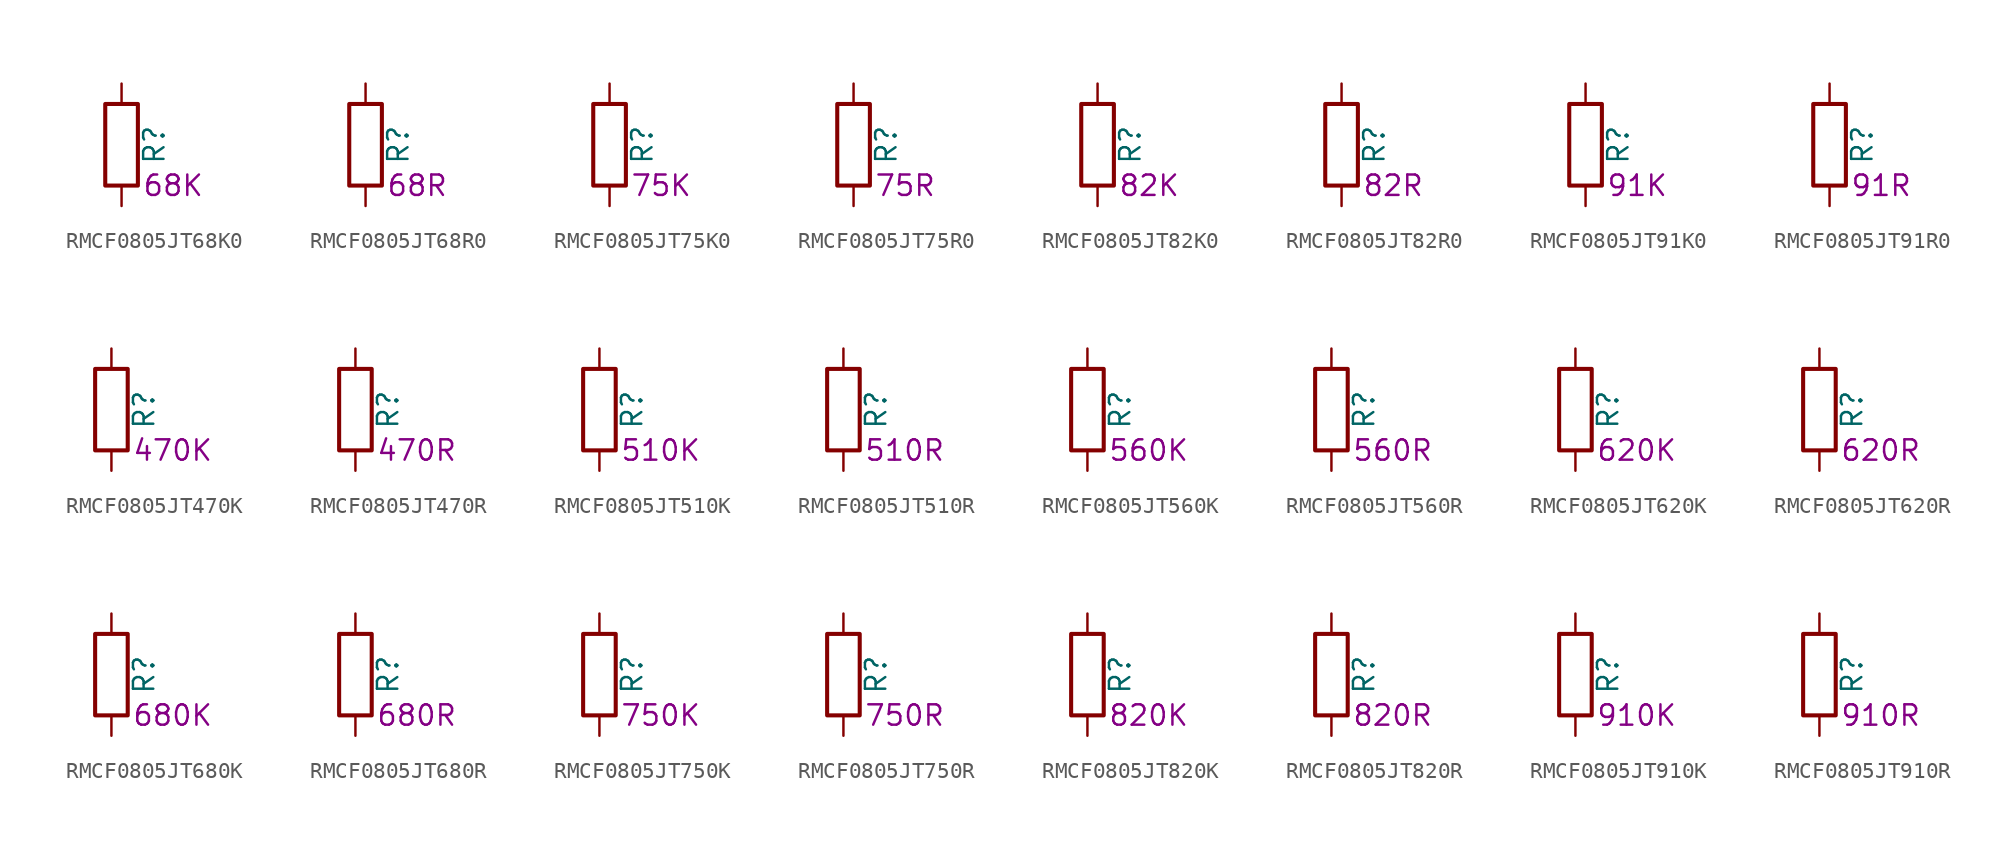
<source format=kicad_sym>
(kicad_symbol_lib
  (version 20220914)
  (generator kicad_symbol_editor)
  (symbol "RMCF0805JT68K0"
    (pin_numbers hide)
    (pin_names
      (offset 0))
    (property "Reference" "R"
      (at 2.032 0 90)
      (effects (font (size 1.27 1.27))))
    (property "Resistance" "68K"
      (at 1.27 -2.54 0)
      (effects (font (size 1.27 1.27)) (justify left)))
    (symbol "RMCF0805JT68K0_0_1"
      (rectangle (start -1.016 -2.54) (end 1.016 2.54) (stroke (width 0.254) (type default)) (fill (type none))))
    (symbol "RMCF0805JT68K0_1_1"
      (pin passive line (at 0 3.81 270) (length 1.27) (name "~" (effects (font (size 1.27 1.27)))) (number "1" (effects (font (size 1.27 1.27)))))
      (pin passive line (at 0 -3.81 90) (length 1.27) (name "~" (effects (font (size 1.27 1.27)))) (number "2" (effects (font (size 1.27 1.27)))))))
  (symbol "RMCF0805JT68R0"
    (pin_numbers hide)
    (pin_names
      (offset 0))
    (property "Reference" "R"
      (at 2.032 0 90)
      (effects (font (size 1.27 1.27))))
    (property "Resistance" "68R"
      (at 1.27 -2.54 0)
      (effects (font (size 1.27 1.27)) (justify left)))
    (symbol "RMCF0805JT68R0_0_1"
      (rectangle (start -1.016 -2.54) (end 1.016 2.54) (stroke (width 0.254) (type default)) (fill (type none))))
    (symbol "RMCF0805JT68R0_1_1"
      (pin passive line (at 0 3.81 270) (length 1.27) (name "~" (effects (font (size 1.27 1.27)))) (number "1" (effects (font (size 1.27 1.27)))))
      (pin passive line (at 0 -3.81 90) (length 1.27) (name "~" (effects (font (size 1.27 1.27)))) (number "2" (effects (font (size 1.27 1.27)))))))
  (symbol "RMCF0805JT75K0"
    (pin_numbers hide)
    (pin_names
      (offset 0))
    (property "Reference" "R"
      (at 2.032 0 90)
      (effects (font (size 1.27 1.27))))
    (property "Resistance" "75K"
      (at 1.27 -2.54 0)
      (effects (font (size 1.27 1.27)) (justify left)))
    (symbol "RMCF0805JT75K0_0_1"
      (rectangle (start -1.016 -2.54) (end 1.016 2.54) (stroke (width 0.254) (type default)) (fill (type none))))
    (symbol "RMCF0805JT75K0_1_1"
      (pin passive line (at 0 3.81 270) (length 1.27) (name "~" (effects (font (size 1.27 1.27)))) (number "1" (effects (font (size 1.27 1.27)))))
      (pin passive line (at 0 -3.81 90) (length 1.27) (name "~" (effects (font (size 1.27 1.27)))) (number "2" (effects (font (size 1.27 1.27)))))))
  (symbol "RMCF0805JT75R0"
    (pin_numbers hide)
    (pin_names
      (offset 0))
    (property "Reference" "R"
      (at 2.032 0 90)
      (effects (font (size 1.27 1.27))))
    (property "Resistance" "75R"
      (at 1.27 -2.54 0)
      (effects (font (size 1.27 1.27)) (justify left)))
    (symbol "RMCF0805JT75R0_0_1"
      (rectangle (start -1.016 -2.54) (end 1.016 2.54) (stroke (width 0.254) (type default)) (fill (type none))))
    (symbol "RMCF0805JT75R0_1_1"
      (pin passive line (at 0 3.81 270) (length 1.27) (name "~" (effects (font (size 1.27 1.27)))) (number "1" (effects (font (size 1.27 1.27)))))
      (pin passive line (at 0 -3.81 90) (length 1.27) (name "~" (effects (font (size 1.27 1.27)))) (number "2" (effects (font (size 1.27 1.27)))))))
  (symbol "RMCF0805JT82K0"
    (pin_numbers hide)
    (pin_names
      (offset 0))
    (property "Reference" "R"
      (at 2.032 0 90)
      (effects (font (size 1.27 1.27))))
    (property "Resistance" "82K"
      (at 1.27 -2.54 0)
      (effects (font (size 1.27 1.27)) (justify left)))
    (symbol "RMCF0805JT82K0_0_1"
      (rectangle (start -1.016 -2.54) (end 1.016 2.54) (stroke (width 0.254) (type default)) (fill (type none))))
    (symbol "RMCF0805JT82K0_1_1"
      (pin passive line (at 0 3.81 270) (length 1.27) (name "~" (effects (font (size 1.27 1.27)))) (number "1" (effects (font (size 1.27 1.27)))))
      (pin passive line (at 0 -3.81 90) (length 1.27) (name "~" (effects (font (size 1.27 1.27)))) (number "2" (effects (font (size 1.27 1.27)))))))
  (symbol "RMCF0805JT82R0"
    (pin_numbers hide)
    (pin_names
      (offset 0))
    (property "Reference" "R"
      (at 2.032 0 90)
      (effects (font (size 1.27 1.27))))
    (property "Resistance" "82R"
      (at 1.27 -2.54 0)
      (effects (font (size 1.27 1.27)) (justify left)))
    (symbol "RMCF0805JT82R0_0_1"
      (rectangle (start -1.016 -2.54) (end 1.016 2.54) (stroke (width 0.254) (type default)) (fill (type none))))
    (symbol "RMCF0805JT82R0_1_1"
      (pin passive line (at 0 3.81 270) (length 1.27) (name "~" (effects (font (size 1.27 1.27)))) (number "1" (effects (font (size 1.27 1.27)))))
      (pin passive line (at 0 -3.81 90) (length 1.27) (name "~" (effects (font (size 1.27 1.27)))) (number "2" (effects (font (size 1.27 1.27)))))))
  (symbol "RMCF0805JT91K0"
    (pin_numbers hide)
    (pin_names
      (offset 0))
    (property "Reference" "R"
      (at 2.032 0 90)
      (effects (font (size 1.27 1.27))))
    (property "Resistance" "91K"
      (at 1.27 -2.54 0)
      (effects (font (size 1.27 1.27)) (justify left)))
    (symbol "RMCF0805JT91K0_0_1"
      (rectangle (start -1.016 -2.54) (end 1.016 2.54) (stroke (width 0.254) (type default)) (fill (type none))))
    (symbol "RMCF0805JT91K0_1_1"
      (pin passive line (at 0 3.81 270) (length 1.27) (name "~" (effects (font (size 1.27 1.27)))) (number "1" (effects (font (size 1.27 1.27)))))
      (pin passive line (at 0 -3.81 90) (length 1.27) (name "~" (effects (font (size 1.27 1.27)))) (number "2" (effects (font (size 1.27 1.27)))))))
  (symbol "RMCF0805JT91R0"
    (pin_numbers hide)
    (pin_names
      (offset 0))
    (property "Reference" "R"
      (at 2.032 0 90)
      (effects (font (size 1.27 1.27))))
    (property "Resistance" "91R"
      (at 1.27 -2.54 0)
      (effects (font (size 1.27 1.27)) (justify left)))
    (symbol "RMCF0805JT91R0_0_1"
      (rectangle (start -1.016 -2.54) (end 1.016 2.54) (stroke (width 0.254) (type default)) (fill (type none))))
    (symbol "RMCF0805JT91R0_1_1"
      (pin passive line (at 0 3.81 270) (length 1.27) (name "~" (effects (font (size 1.27 1.27)))) (number "1" (effects (font (size 1.27 1.27)))))
      (pin passive line (at 0 -3.81 90) (length 1.27) (name "~" (effects (font (size 1.27 1.27)))) (number "2" (effects (font (size 1.27 1.27)))))))
  (symbol "RMCF0805JT470K"
    (pin_numbers hide)
    (pin_names
      (offset 0))
    (property "Reference" "R"
      (at 2.032 0 90)
      (effects (font (size 1.27 1.27))))
    (property "Resistance" "470K"
      (at 1.27 -2.54 0)
      (effects (font (size 1.27 1.27)) (justify left)))
    (symbol "RMCF0805JT470K_0_1"
      (rectangle (start -1.016 -2.54) (end 1.016 2.54) (stroke (width 0.254) (type default)) (fill (type none))))
    (symbol "RMCF0805JT470K_1_1"
      (pin passive line (at 0 3.81 270) (length 1.27) (name "~" (effects (font (size 1.27 1.27)))) (number "1" (effects (font (size 1.27 1.27)))))
      (pin passive line (at 0 -3.81 90) (length 1.27) (name "~" (effects (font (size 1.27 1.27)))) (number "2" (effects (font (size 1.27 1.27)))))))
  (symbol "RMCF0805JT470R"
    (pin_numbers hide)
    (pin_names
      (offset 0))
    (property "Reference" "R"
      (at 2.032 0 90)
      (effects (font (size 1.27 1.27))))
    (property "Resistance" "470R"
      (at 1.27 -2.54 0)
      (effects (font (size 1.27 1.27)) (justify left)))
    (symbol "RMCF0805JT470R_0_1"
      (rectangle (start -1.016 -2.54) (end 1.016 2.54) (stroke (width 0.254) (type default)) (fill (type none))))
    (symbol "RMCF0805JT470R_1_1"
      (pin passive line (at 0 3.81 270) (length 1.27) (name "~" (effects (font (size 1.27 1.27)))) (number "1" (effects (font (size 1.27 1.27)))))
      (pin passive line (at 0 -3.81 90) (length 1.27) (name "~" (effects (font (size 1.27 1.27)))) (number "2" (effects (font (size 1.27 1.27)))))))
  (symbol "RMCF0805JT510K"
    (pin_numbers hide)
    (pin_names
      (offset 0))
    (property "Reference" "R"
      (at 2.032 0 90)
      (effects (font (size 1.27 1.27))))
    (property "Resistance" "510K"
      (at 1.27 -2.54 0)
      (effects (font (size 1.27 1.27)) (justify left)))
    (symbol "RMCF0805JT510K_0_1"
      (rectangle (start -1.016 -2.54) (end 1.016 2.54) (stroke (width 0.254) (type default)) (fill (type none))))
    (symbol "RMCF0805JT510K_1_1"
      (pin passive line (at 0 3.81 270) (length 1.27) (name "~" (effects (font (size 1.27 1.27)))) (number "1" (effects (font (size 1.27 1.27)))))
      (pin passive line (at 0 -3.81 90) (length 1.27) (name "~" (effects (font (size 1.27 1.27)))) (number "2" (effects (font (size 1.27 1.27)))))))
  (symbol "RMCF0805JT510R"
    (pin_numbers hide)
    (pin_names
      (offset 0))
    (property "Reference" "R"
      (at 2.032 0 90)
      (effects (font (size 1.27 1.27))))
    (property "Resistance" "510R"
      (at 1.27 -2.54 0)
      (effects (font (size 1.27 1.27)) (justify left)))
    (symbol "RMCF0805JT510R_0_1"
      (rectangle (start -1.016 -2.54) (end 1.016 2.54) (stroke (width 0.254) (type default)) (fill (type none))))
    (symbol "RMCF0805JT510R_1_1"
      (pin passive line (at 0 3.81 270) (length 1.27) (name "~" (effects (font (size 1.27 1.27)))) (number "1" (effects (font (size 1.27 1.27)))))
      (pin passive line (at 0 -3.81 90) (length 1.27) (name "~" (effects (font (size 1.27 1.27)))) (number "2" (effects (font (size 1.27 1.27)))))))
  (symbol "RMCF0805JT560K"
    (pin_numbers hide)
    (pin_names
      (offset 0))
    (property "Reference" "R"
      (at 2.032 0 90)
      (effects (font (size 1.27 1.27))))
    (property "Resistance" "560K"
      (at 1.27 -2.54 0)
      (effects (font (size 1.27 1.27)) (justify left)))
    (symbol "RMCF0805JT560K_0_1"
      (rectangle (start -1.016 -2.54) (end 1.016 2.54) (stroke (width 0.254) (type default)) (fill (type none))))
    (symbol "RMCF0805JT560K_1_1"
      (pin passive line (at 0 3.81 270) (length 1.27) (name "~" (effects (font (size 1.27 1.27)))) (number "1" (effects (font (size 1.27 1.27)))))
      (pin passive line (at 0 -3.81 90) (length 1.27) (name "~" (effects (font (size 1.27 1.27)))) (number "2" (effects (font (size 1.27 1.27)))))))
  (symbol "RMCF0805JT560R"
    (pin_numbers hide)
    (pin_names
      (offset 0))
    (property "Reference" "R"
      (at 2.032 0 90)
      (effects (font (size 1.27 1.27))))
    (property "Resistance" "560R"
      (at 1.27 -2.54 0)
      (effects (font (size 1.27 1.27)) (justify left)))
    (symbol "RMCF0805JT560R_0_1"
      (rectangle (start -1.016 -2.54) (end 1.016 2.54) (stroke (width 0.254) (type default)) (fill (type none))))
    (symbol "RMCF0805JT560R_1_1"
      (pin passive line (at 0 3.81 270) (length 1.27) (name "~" (effects (font (size 1.27 1.27)))) (number "1" (effects (font (size 1.27 1.27)))))
      (pin passive line (at 0 -3.81 90) (length 1.27) (name "~" (effects (font (size 1.27 1.27)))) (number "2" (effects (font (size 1.27 1.27)))))))
  (symbol "RMCF0805JT620K"
    (pin_numbers hide)
    (pin_names
      (offset 0))
    (property "Reference" "R"
      (at 2.032 0 90)
      (effects (font (size 1.27 1.27))))
    (property "Resistance" "620K"
      (at 1.27 -2.54 0)
      (effects (font (size 1.27 1.27)) (justify left)))
    (symbol "RMCF0805JT620K_0_1"
      (rectangle (start -1.016 -2.54) (end 1.016 2.54) (stroke (width 0.254) (type default)) (fill (type none))))
    (symbol "RMCF0805JT620K_1_1"
      (pin passive line (at 0 3.81 270) (length 1.27) (name "~" (effects (font (size 1.27 1.27)))) (number "1" (effects (font (size 1.27 1.27)))))
      (pin passive line (at 0 -3.81 90) (length 1.27) (name "~" (effects (font (size 1.27 1.27)))) (number "2" (effects (font (size 1.27 1.27)))))))
  (symbol "RMCF0805JT620R"
    (pin_numbers hide)
    (pin_names
      (offset 0))
    (property "Reference" "R"
      (at 2.032 0 90)
      (effects (font (size 1.27 1.27))))
    (property "Resistance" "620R"
      (at 1.27 -2.54 0)
      (effects (font (size 1.27 1.27)) (justify left)))
    (symbol "RMCF0805JT620R_0_1"
      (rectangle (start -1.016 -2.54) (end 1.016 2.54) (stroke (width 0.254) (type default)) (fill (type none))))
    (symbol "RMCF0805JT620R_1_1"
      (pin passive line (at 0 3.81 270) (length 1.27) (name "~" (effects (font (size 1.27 1.27)))) (number "1" (effects (font (size 1.27 1.27)))))
      (pin passive line (at 0 -3.81 90) (length 1.27) (name "~" (effects (font (size 1.27 1.27)))) (number "2" (effects (font (size 1.27 1.27)))))))
  (symbol "RMCF0805JT680K"
    (pin_numbers hide)
    (pin_names
      (offset 0))
    (property "Reference" "R"
      (at 2.032 0 90)
      (effects (font (size 1.27 1.27))))
    (property "Resistance" "680K"
      (at 1.27 -2.54 0)
      (effects (font (size 1.27 1.27)) (justify left)))
    (symbol "RMCF0805JT680K_0_1"
      (rectangle (start -1.016 -2.54) (end 1.016 2.54) (stroke (width 0.254) (type default)) (fill (type none))))
    (symbol "RMCF0805JT680K_1_1"
      (pin passive line (at 0 3.81 270) (length 1.27) (name "~" (effects (font (size 1.27 1.27)))) (number "1" (effects (font (size 1.27 1.27)))))
      (pin passive line (at 0 -3.81 90) (length 1.27) (name "~" (effects (font (size 1.27 1.27)))) (number "2" (effects (font (size 1.27 1.27)))))))
  (symbol "RMCF0805JT680R"
    (pin_numbers hide)
    (pin_names
      (offset 0))
    (property "Reference" "R"
      (at 2.032 0 90)
      (effects (font (size 1.27 1.27))))
    (property "Resistance" "680R"
      (at 1.27 -2.54 0)
      (effects (font (size 1.27 1.27)) (justify left)))
    (symbol "RMCF0805JT680R_0_1"
      (rectangle (start -1.016 -2.54) (end 1.016 2.54) (stroke (width 0.254) (type default)) (fill (type none))))
    (symbol "RMCF0805JT680R_1_1"
      (pin passive line (at 0 3.81 270) (length 1.27) (name "~" (effects (font (size 1.27 1.27)))) (number "1" (effects (font (size 1.27 1.27)))))
      (pin passive line (at 0 -3.81 90) (length 1.27) (name "~" (effects (font (size 1.27 1.27)))) (number "2" (effects (font (size 1.27 1.27)))))))
  (symbol "RMCF0805JT750K"
    (pin_numbers hide)
    (pin_names
      (offset 0))
    (property "Reference" "R"
      (at 2.032 0 90)
      (effects (font (size 1.27 1.27))))
    (property "Resistance" "750K"
      (at 1.27 -2.54 0)
      (effects (font (size 1.27 1.27)) (justify left)))
    (symbol "RMCF0805JT750K_0_1"
      (rectangle (start -1.016 -2.54) (end 1.016 2.54) (stroke (width 0.254) (type default)) (fill (type none))))
    (symbol "RMCF0805JT750K_1_1"
      (pin passive line (at 0 3.81 270) (length 1.27) (name "~" (effects (font (size 1.27 1.27)))) (number "1" (effects (font (size 1.27 1.27)))))
      (pin passive line (at 0 -3.81 90) (length 1.27) (name "~" (effects (font (size 1.27 1.27)))) (number "2" (effects (font (size 1.27 1.27)))))))
  (symbol "RMCF0805JT750R"
    (pin_numbers hide)
    (pin_names
      (offset 0))
    (property "Reference" "R"
      (at 2.032 0 90)
      (effects (font (size 1.27 1.27))))
    (property "Resistance" "750R"
      (at 1.27 -2.54 0)
      (effects (font (size 1.27 1.27)) (justify left)))
    (symbol "RMCF0805JT750R_0_1"
      (rectangle (start -1.016 -2.54) (end 1.016 2.54) (stroke (width 0.254) (type default)) (fill (type none))))
    (symbol "RMCF0805JT750R_1_1"
      (pin passive line (at 0 3.81 270) (length 1.27) (name "~" (effects (font (size 1.27 1.27)))) (number "1" (effects (font (size 1.27 1.27)))))
      (pin passive line (at 0 -3.81 90) (length 1.27) (name "~" (effects (font (size 1.27 1.27)))) (number "2" (effects (font (size 1.27 1.27)))))))
  (symbol "RMCF0805JT820K"
    (pin_numbers hide)
    (pin_names
      (offset 0))
    (property "Reference" "R"
      (at 2.032 0 90)
      (effects (font (size 1.27 1.27))))
    (property "Resistance" "820K"
      (at 1.27 -2.54 0)
      (effects (font (size 1.27 1.27)) (justify left)))
    (symbol "RMCF0805JT820K_0_1"
      (rectangle (start -1.016 -2.54) (end 1.016 2.54) (stroke (width 0.254) (type default)) (fill (type none))))
    (symbol "RMCF0805JT820K_1_1"
      (pin passive line (at 0 3.81 270) (length 1.27) (name "~" (effects (font (size 1.27 1.27)))) (number "1" (effects (font (size 1.27 1.27)))))
      (pin passive line (at 0 -3.81 90) (length 1.27) (name "~" (effects (font (size 1.27 1.27)))) (number "2" (effects (font (size 1.27 1.27)))))))
  (symbol "RMCF0805JT820R"
    (pin_numbers hide)
    (pin_names
      (offset 0))
    (property "Reference" "R"
      (at 2.032 0 90)
      (effects (font (size 1.27 1.27))))
    (property "Resistance" "820R"
      (at 1.27 -2.54 0)
      (effects (font (size 1.27 1.27)) (justify left)))
    (symbol "RMCF0805JT820R_0_1"
      (rectangle (start -1.016 -2.54) (end 1.016 2.54) (stroke (width 0.254) (type default)) (fill (type none))))
    (symbol "RMCF0805JT820R_1_1"
      (pin passive line (at 0 3.81 270) (length 1.27) (name "~" (effects (font (size 1.27 1.27)))) (number "1" (effects (font (size 1.27 1.27)))))
      (pin passive line (at 0 -3.81 90) (length 1.27) (name "~" (effects (font (size 1.27 1.27)))) (number "2" (effects (font (size 1.27 1.27)))))))
  (symbol "RMCF0805JT910K"
    (pin_numbers hide)
    (pin_names
      (offset 0))
    (property "Reference" "R"
      (at 2.032 0 90)
      (effects (font (size 1.27 1.27))))
    (property "Resistance" "910K"
      (at 1.27 -2.54 0)
      (effects (font (size 1.27 1.27)) (justify left)))
    (symbol "RMCF0805JT910K_0_1"
      (rectangle (start -1.016 -2.54) (end 1.016 2.54) (stroke (width 0.254) (type default)) (fill (type none))))
    (symbol "RMCF0805JT910K_1_1"
      (pin passive line (at 0 3.81 270) (length 1.27) (name "~" (effects (font (size 1.27 1.27)))) (number "1" (effects (font (size 1.27 1.27)))))
      (pin passive line (at 0 -3.81 90) (length 1.27) (name "~" (effects (font (size 1.27 1.27)))) (number "2" (effects (font (size 1.27 1.27)))))))
  (symbol "RMCF0805JT910R"
    (pin_numbers hide)
    (pin_names
      (offset 0))
    (property "Reference" "R"
      (at 2.032 0 90)
      (effects (font (size 1.27 1.27))))
    (property "Resistance" "910R"
      (at 1.27 -2.54 0)
      (effects (font (size 1.27 1.27)) (justify left)))
    (symbol "RMCF0805JT910R_0_1"
      (rectangle (start -1.016 -2.54) (end 1.016 2.54) (stroke (width 0.254) (type default)) (fill (type none))))
    (symbol "RMCF0805JT910R_1_1"
      (pin passive line (at 0 3.81 270) (length 1.27) (name "~" (effects (font (size 1.27 1.27)))) (number "1" (effects (font (size 1.27 1.27)))))
      (pin passive line (at 0 -3.81 90) (length 1.27) (name "~" (effects (font (size 1.27 1.27)))) (number "2" (effects (font (size 1.27 1.27))))))))
</source>
